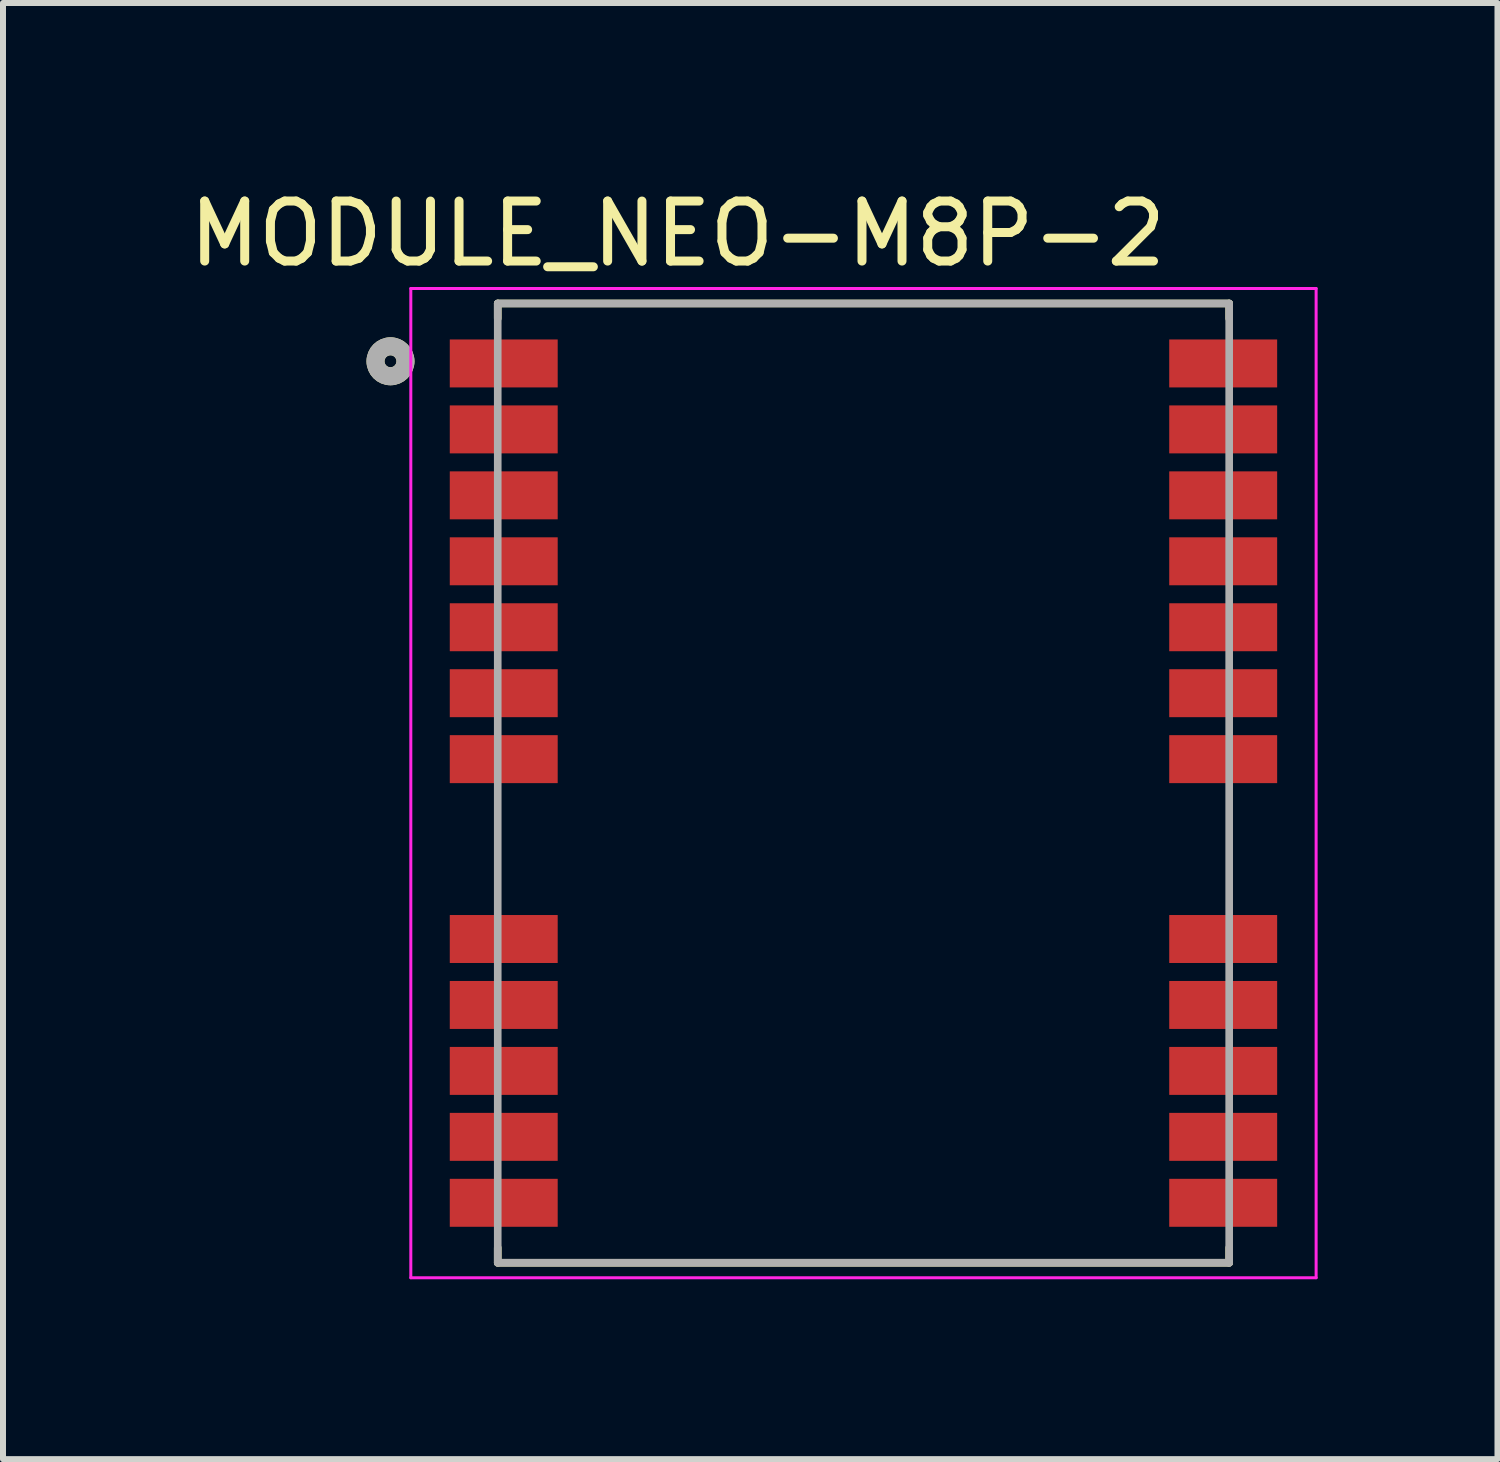
<source format=kicad_pcb>
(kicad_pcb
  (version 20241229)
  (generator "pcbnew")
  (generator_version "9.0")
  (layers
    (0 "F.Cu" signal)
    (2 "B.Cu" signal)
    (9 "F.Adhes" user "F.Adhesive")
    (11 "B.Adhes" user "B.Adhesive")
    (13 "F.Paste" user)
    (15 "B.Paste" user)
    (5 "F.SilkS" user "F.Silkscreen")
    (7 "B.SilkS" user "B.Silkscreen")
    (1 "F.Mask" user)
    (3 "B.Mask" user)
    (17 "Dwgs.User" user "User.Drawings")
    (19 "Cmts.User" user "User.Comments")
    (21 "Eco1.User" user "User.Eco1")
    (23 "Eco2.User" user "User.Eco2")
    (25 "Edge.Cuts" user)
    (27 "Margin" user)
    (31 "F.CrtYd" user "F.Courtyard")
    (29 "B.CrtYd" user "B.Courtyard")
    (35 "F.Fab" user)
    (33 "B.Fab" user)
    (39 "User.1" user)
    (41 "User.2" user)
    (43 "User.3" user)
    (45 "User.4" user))
  (footprint "MODULE_NEO-M8P-2"
    (layer "F.Cu")
    (at 11.352 10.012)
    (property "Reference" "MODULE_NEO-M8P-2" (at -3.099 -9.163 0) (layer "F.SilkS") (effects (font (size 1.001 1.001) (thickness 0.15))))
    (attr through_hole)
    (fp_poly (pts (xy -6.9 -7.4) (xy -5.1 -7.4) (xy -5.1 -6.6) (xy -6.9 -6.6)) (stroke (width 0.01) (type solid)) (fill yes) (layer "F.Mask"))
    (fp_poly (pts (xy -6.9 -6.3) (xy -5.1 -6.3) (xy -5.1 -5.5) (xy -6.9 -5.5)) (stroke (width 0.01) (type solid)) (fill yes) (layer "F.Mask"))
    (fp_poly (pts (xy -6.9 -5.2) (xy -5.1 -5.2) (xy -5.1 -4.4) (xy -6.9 -4.4)) (stroke (width 0.01) (type solid)) (fill yes) (layer "F.Mask"))
    (fp_poly (pts (xy -6.9 -4.1) (xy -5.1 -4.1) (xy -5.1 -3.3) (xy -6.9 -3.3)) (stroke (width 0.01) (type solid)) (fill yes) (layer "F.Mask"))
    (fp_poly (pts (xy -6.9 -3) (xy -5.1 -3) (xy -5.1 -2.2) (xy -6.9 -2.2)) (stroke (width 0.01) (type solid)) (fill yes) (layer "F.Mask"))
    (fp_poly (pts (xy -6.9 -1.9) (xy -5.1 -1.9) (xy -5.1 -1.1) (xy -6.9 -1.1)) (stroke (width 0.01) (type solid)) (fill yes) (layer "F.Mask"))
    (fp_poly (pts (xy -6.9 -0.8) (xy -5.1 -0.8) (xy -5.1 0) (xy -6.9 0)) (stroke (width 0.01) (type solid)) (fill yes) (layer "F.Mask"))
    (fp_poly (pts (xy -6.9 2.2) (xy -5.1 2.2) (xy -5.1 3) (xy -6.9 3)) (stroke (width 0.01) (type solid)) (fill yes) (layer "F.Mask"))
    (fp_poly (pts (xy -6.9 3.3) (xy -5.1 3.3) (xy -5.1 4.1) (xy -6.9 4.1)) (stroke (width 0.01) (type solid)) (fill yes) (layer "F.Mask"))
    (fp_poly (pts (xy -6.9 4.4) (xy -5.1 4.4) (xy -5.1 5.2) (xy -6.9 5.2)) (stroke (width 0.01) (type solid)) (fill yes) (layer "F.Mask"))
    (fp_poly (pts (xy -6.9 5.5) (xy -5.1 5.5) (xy -5.1 6.3) (xy -6.9 6.3)) (stroke (width 0.01) (type solid)) (fill yes) (layer "F.Mask"))
    (fp_poly (pts (xy -6.9 6.6) (xy -5.1 6.6) (xy -5.1 7.4) (xy -6.9 7.4)) (stroke (width 0.01) (type solid)) (fill yes) (layer "F.Mask"))
    (fp_poly (pts (xy 5.1 -7.4) (xy 6.9 -7.4) (xy 6.9 -6.6) (xy 5.1 -6.6)) (stroke (width 0.01) (type solid)) (fill yes) (layer "F.Mask"))
    (fp_poly (pts (xy 5.1 -6.3) (xy 6.9 -6.3) (xy 6.9 -5.5) (xy 5.1 -5.5)) (stroke (width 0.01) (type solid)) (fill yes) (layer "F.Mask"))
    (fp_poly (pts (xy 5.1 -5.2) (xy 6.9 -5.2) (xy 6.9 -4.4) (xy 5.1 -4.4)) (stroke (width 0.01) (type solid)) (fill yes) (layer "F.Mask"))
    (fp_poly (pts (xy 5.1 -4.1) (xy 6.9 -4.1) (xy 6.9 -3.3) (xy 5.1 -3.3)) (stroke (width 0.01) (type solid)) (fill yes) (layer "F.Mask"))
    (fp_poly (pts (xy 5.1 -3) (xy 6.9 -3) (xy 6.9 -2.2) (xy 5.1 -2.2)) (stroke (width 0.01) (type solid)) (fill yes) (layer "F.Mask"))
    (fp_poly (pts (xy 5.1 -1.9) (xy 6.9 -1.9) (xy 6.9 -1.1) (xy 5.1 -1.1)) (stroke (width 0.01) (type solid)) (fill yes) (layer "F.Mask"))
    (fp_poly (pts (xy 5.1 -0.8) (xy 6.9 -0.8) (xy 6.9 0) (xy 5.1 0)) (stroke (width 0.01) (type solid)) (fill yes) (layer "F.Mask"))
    (fp_poly (pts (xy 5.1 2.2) (xy 6.9 2.2) (xy 6.9 3) (xy 5.1 3)) (stroke (width 0.01) (type solid)) (fill yes) (layer "F.Mask"))
    (fp_poly (pts (xy 5.1 3.3) (xy 6.9 3.3) (xy 6.9 4.1) (xy 5.1 4.1)) (stroke (width 0.01) (type solid)) (fill yes) (layer "F.Mask"))
    (fp_poly (pts (xy 5.1 4.4) (xy 6.9 4.4) (xy 6.9 5.2) (xy 5.1 5.2)) (stroke (width 0.01) (type solid)) (fill yes) (layer "F.Mask"))
    (fp_poly (pts (xy 5.1 5.5) (xy 6.9 5.5) (xy 6.9 6.3) (xy 5.1 6.3)) (stroke (width 0.01) (type solid)) (fill yes) (layer "F.Mask"))
    (fp_poly (pts (xy 5.1 6.6) (xy 6.9 6.6) (xy 6.9 7.4) (xy 5.1 7.4)) (stroke (width 0.01) (type solid)) (fill yes) (layer "F.Mask"))
    (fp_line (start -6.1 -8) (end 6.1 -8) (stroke (width 0.127) (type solid)) (layer "F.SilkS"))
    (fp_line (start -6.1 -7.75) (end -6.1 -8) (stroke (width 0.127) (type solid)) (layer "F.SilkS"))
    (fp_line (start -6.1 7.75) (end -6.1 8) (stroke (width 0.127) (type solid)) (layer "F.SilkS"))
    (fp_line (start -6.1 8) (end 6.1 8) (stroke (width 0.127) (type solid)) (layer "F.SilkS"))
    (fp_line (start 6.1 -8) (end 6.1 -7.75) (stroke (width 0.127) (type solid)) (layer "F.SilkS"))
    (fp_line (start 6.1 8) (end 6.1 7.75) (stroke (width 0.127) (type solid)) (layer "F.SilkS"))
    (fp_circle (center -7.889 -7.036) (end -7.789 -7.036) (stroke (width 0.3) (type solid)) (fill no) (layer "F.SilkS"))
    (fp_poly (pts (xy -7.3 -7.4) (xy -6.1 -7.4) (xy -6.1 -6.6) (xy -7.3 -6.6)) (stroke (width 0.0001) (type solid)) (fill yes) (layer "F.Paste"))
    (fp_poly (pts (xy -7.3 -6.3) (xy -6.1 -6.3) (xy -6.1 -5.5) (xy -7.3 -5.5)) (stroke (width 0.0001) (type solid)) (fill yes) (layer "F.Paste"))
    (fp_poly (pts (xy -7.3 -5.2) (xy -6.1 -5.2) (xy -6.1 -4.4) (xy -7.3 -4.4)) (stroke (width 0.0001) (type solid)) (fill yes) (layer "F.Paste"))
    (fp_poly (pts (xy -7.3 -4.1) (xy -6.1 -4.1) (xy -6.1 -3.3) (xy -7.3 -3.3)) (stroke (width 0.0001) (type solid)) (fill yes) (layer "F.Paste"))
    (fp_poly (pts (xy -7.3 -3) (xy -6.1 -3) (xy -6.1 -2.2) (xy -7.3 -2.2)) (stroke (width 0.0001) (type solid)) (fill yes) (layer "F.Paste"))
    (fp_poly (pts (xy -7.3 -1.9) (xy -6.1 -1.9) (xy -6.1 -1.1) (xy -7.3 -1.1)) (stroke (width 0.0001) (type solid)) (fill yes) (layer "F.Paste"))
    (fp_poly (pts (xy -7.3 -0.8) (xy -6.1 -0.8) (xy -6.1 0) (xy -7.3 0)) (stroke (width 0.0001) (type solid)) (fill yes) (layer "F.Paste"))
    (fp_poly (pts (xy -7.3 2.2) (xy -6.1 2.2) (xy -6.1 3) (xy -7.3 3)) (stroke (width 0.0001) (type solid)) (fill yes) (layer "F.Paste"))
    (fp_poly (pts (xy -7.3 3.3) (xy -6.1 3.3) (xy -6.1 4.1) (xy -7.3 4.1)) (stroke (width 0.0001) (type solid)) (fill yes) (layer "F.Paste"))
    (fp_poly (pts (xy -7.3 4.4) (xy -6.1 4.4) (xy -6.1 5.2) (xy -7.3 5.2)) (stroke (width 0.0001) (type solid)) (fill yes) (layer "F.Paste"))
    (fp_poly (pts (xy -7.3 5.5) (xy -6.1 5.5) (xy -6.1 6.3) (xy -7.3 6.3)) (stroke (width 0.0001) (type solid)) (fill yes) (layer "F.Paste"))
    (fp_poly (pts (xy -7.3 6.6) (xy -6.1 6.6) (xy -6.1 7.4) (xy -7.3 7.4)) (stroke (width 0.0001) (type solid)) (fill yes) (layer "F.Paste"))
    (fp_poly (pts (xy -6.1 -7.3) (xy -5.2 -7.3) (xy -5.2 -6.7) (xy -6.1 -6.7)) (stroke (width 0.0001) (type solid)) (fill yes) (layer "F.Paste"))
    (fp_poly (pts (xy -6.1 -6.2) (xy -5.2 -6.2) (xy -5.2 -5.6) (xy -6.1 -5.6)) (stroke (width 0.0001) (type solid)) (fill yes) (layer "F.Paste"))
    (fp_poly (pts (xy -6.1 -5.1) (xy -5.2 -5.1) (xy -5.2 -4.5) (xy -6.1 -4.5)) (stroke (width 0.0001) (type solid)) (fill yes) (layer "F.Paste"))
    (fp_poly (pts (xy -6.1 -4) (xy -5.2 -4) (xy -5.2 -3.4) (xy -6.1 -3.4)) (stroke (width 0.0001) (type solid)) (fill yes) (layer "F.Paste"))
    (fp_poly (pts (xy -6.1 -2.9) (xy -5.2 -2.9) (xy -5.2 -2.3) (xy -6.1 -2.3)) (stroke (width 0.0001) (type solid)) (fill yes) (layer "F.Paste"))
    (fp_poly (pts (xy -6.1 -1.8) (xy -5.2 -1.8) (xy -5.2 -1.2) (xy -6.1 -1.2)) (stroke (width 0.0001) (type solid)) (fill yes) (layer "F.Paste"))
    (fp_poly (pts (xy -6.1 -0.7) (xy -5.2 -0.7) (xy -5.2 -0.1) (xy -6.1 -0.1)) (stroke (width 0.0001) (type solid)) (fill yes) (layer "F.Paste"))
    (fp_poly (pts (xy -6.1 2.3) (xy -5.2 2.3) (xy -5.2 2.9) (xy -6.1 2.9)) (stroke (width 0.0001) (type solid)) (fill yes) (layer "F.Paste"))
    (fp_poly (pts (xy -6.1 3.4) (xy -5.2 3.4) (xy -5.2 4) (xy -6.1 4)) (stroke (width 0.0001) (type solid)) (fill yes) (layer "F.Paste"))
    (fp_poly (pts (xy -6.1 4.5) (xy -5.2 4.5) (xy -5.2 5.1) (xy -6.1 5.1)) (stroke (width 0.0001) (type solid)) (fill yes) (layer "F.Paste"))
    (fp_poly (pts (xy -6.1 5.6) (xy -5.2 5.6) (xy -5.2 6.2) (xy -6.1 6.2)) (stroke (width 0.0001) (type solid)) (fill yes) (layer "F.Paste"))
    (fp_poly (pts (xy -6.1 6.7) (xy -5.2 6.7) (xy -5.2 7.3) (xy -6.1 7.3)) (stroke (width 0.0001) (type solid)) (fill yes) (layer "F.Paste"))
    (fp_poly (pts (xy 6.1 -7.3) (xy 5.2 -7.3) (xy 5.2 -6.7) (xy 6.1 -6.7)) (stroke (width 0.0001) (type solid)) (fill yes) (layer "F.Paste"))
    (fp_poly (pts (xy 6.1 -6.2) (xy 5.2 -6.2) (xy 5.2 -5.6) (xy 6.1 -5.6)) (stroke (width 0.0001) (type solid)) (fill yes) (layer "F.Paste"))
    (fp_poly (pts (xy 6.1 -5.1) (xy 5.2 -5.1) (xy 5.2 -4.5) (xy 6.1 -4.5)) (stroke (width 0.0001) (type solid)) (fill yes) (layer "F.Paste"))
    (fp_poly (pts (xy 6.1 -4) (xy 5.2 -4) (xy 5.2 -3.4) (xy 6.1 -3.4)) (stroke (width 0.0001) (type solid)) (fill yes) (layer "F.Paste"))
    (fp_poly (pts (xy 6.1 -2.9) (xy 5.2 -2.9) (xy 5.2 -2.3) (xy 6.1 -2.3)) (stroke (width 0.0001) (type solid)) (fill yes) (layer "F.Paste"))
    (fp_poly (pts (xy 6.1 -1.8) (xy 5.2 -1.8) (xy 5.2 -1.2) (xy 6.1 -1.2)) (stroke (width 0.0001) (type solid)) (fill yes) (layer "F.Paste"))
    (fp_poly (pts (xy 6.1 -0.7) (xy 5.2 -0.7) (xy 5.2 -0.1) (xy 6.1 -0.1)) (stroke (width 0.0001) (type solid)) (fill yes) (layer "F.Paste"))
    (fp_poly (pts (xy 6.1 2.3) (xy 5.2 2.3) (xy 5.2 2.9) (xy 6.1 2.9)) (stroke (width 0.0001) (type solid)) (fill yes) (layer "F.Paste"))
    (fp_poly (pts (xy 6.1 3.4) (xy 5.2 3.4) (xy 5.2 4) (xy 6.1 4)) (stroke (width 0.0001) (type solid)) (fill yes) (layer "F.Paste"))
    (fp_poly (pts (xy 6.1 4.5) (xy 5.2 4.5) (xy 5.2 5.1) (xy 6.1 5.1)) (stroke (width 0.0001) (type solid)) (fill yes) (layer "F.Paste"))
    (fp_poly (pts (xy 6.1 5.6) (xy 5.2 5.6) (xy 5.2 6.2) (xy 6.1 6.2)) (stroke (width 0.0001) (type solid)) (fill yes) (layer "F.Paste"))
    (fp_poly (pts (xy 6.1 6.7) (xy 5.2 6.7) (xy 5.2 7.3) (xy 6.1 7.3)) (stroke (width 0.0001) (type solid)) (fill yes) (layer "F.Paste"))
    (fp_poly (pts (xy 7.3 -7.4) (xy 6.1 -7.4) (xy 6.1 -6.6) (xy 7.3 -6.6)) (stroke (width 0.0001) (type solid)) (fill yes) (layer "F.Paste"))
    (fp_poly (pts (xy 7.3 -6.3) (xy 6.1 -6.3) (xy 6.1 -5.5) (xy 7.3 -5.5)) (stroke (width 0.0001) (type solid)) (fill yes) (layer "F.Paste"))
    (fp_poly (pts (xy 7.3 -5.2) (xy 6.1 -5.2) (xy 6.1 -4.4) (xy 7.3 -4.4)) (stroke (width 0.0001) (type solid)) (fill yes) (layer "F.Paste"))
    (fp_poly (pts (xy 7.3 -4.1) (xy 6.1 -4.1) (xy 6.1 -3.3) (xy 7.3 -3.3)) (stroke (width 0.0001) (type solid)) (fill yes) (layer "F.Paste"))
    (fp_poly (pts (xy 7.3 -3) (xy 6.1 -3) (xy 6.1 -2.2) (xy 7.3 -2.2)) (stroke (width 0.0001) (type solid)) (fill yes) (layer "F.Paste"))
    (fp_poly (pts (xy 7.3 -1.9) (xy 6.1 -1.9) (xy 6.1 -1.1) (xy 7.3 -1.1)) (stroke (width 0.0001) (type solid)) (fill yes) (layer "F.Paste"))
    (fp_poly (pts (xy 7.3 -0.8) (xy 6.1 -0.8) (xy 6.1 0) (xy 7.3 0)) (stroke (width 0.0001) (type solid)) (fill yes) (layer "F.Paste"))
    (fp_poly (pts (xy 7.3 2.2) (xy 6.1 2.2) (xy 6.1 3) (xy 7.3 3)) (stroke (width 0.0001) (type solid)) (fill yes) (layer "F.Paste"))
    (fp_poly (pts (xy 7.3 3.3) (xy 6.1 3.3) (xy 6.1 4.1) (xy 7.3 4.1)) (stroke (width 0.0001) (type solid)) (fill yes) (layer "F.Paste"))
    (fp_poly (pts (xy 7.3 4.4) (xy 6.1 4.4) (xy 6.1 5.2) (xy 7.3 5.2)) (stroke (width 0.0001) (type solid)) (fill yes) (layer "F.Paste"))
    (fp_poly (pts (xy 7.3 5.5) (xy 6.1 5.5) (xy 6.1 6.3) (xy 7.3 6.3)) (stroke (width 0.0001) (type solid)) (fill yes) (layer "F.Paste"))
    (fp_poly (pts (xy 7.3 6.6) (xy 6.1 6.6) (xy 6.1 7.4) (xy 7.3 7.4)) (stroke (width 0.0001) (type solid)) (fill yes) (layer "F.Paste"))
    (fp_line (start -7.55 -8.25) (end 7.55 -8.25) (stroke (width 0.05) (type solid)) (layer "F.CrtYd"))
    (fp_line (start -7.55 8.25) (end -7.55 -8.25) (stroke (width 0.05) (type solid)) (layer "F.CrtYd"))
    (fp_line (start 7.55 -8.25) (end 7.55 8.25) (stroke (width 0.05) (type solid)) (layer "F.CrtYd"))
    (fp_line (start 7.55 8.25) (end -7.55 8.25) (stroke (width 0.05) (type solid)) (layer "F.CrtYd"))
    (fp_line (start -6.1 -8) (end 6.1 -8) (stroke (width 0.127) (type solid)) (layer "F.Fab"))
    (fp_line (start -6.1 8) (end -6.1 -8) (stroke (width 0.127) (type solid)) (layer "F.Fab"))
    (fp_line (start 6.1 -8) (end 6.1 8) (stroke (width 0.127) (type solid)) (layer "F.Fab"))
    (fp_line (start 6.1 8) (end -6.1 8) (stroke (width 0.127) (type solid)) (layer "F.Fab"))
    (fp_circle (center -7.889 -7.036) (end -7.789 -7.036) (stroke (width 0.3) (type solid)) (fill no) (layer "F.Fab"))
    (pad "1" smd rect (at -6 -7) (size 1.8 0.8) (layers "F.Cu"))
    (pad "2" smd rect (at -6 -5.9) (size 1.8 0.8) (layers "F.Cu"))
    (pad "3" smd rect (at -6 -4.8) (size 1.8 0.8) (layers "F.Cu"))
    (pad "4" smd rect (at -6 -3.7) (size 1.8 0.8) (layers "F.Cu"))
    (pad "5" smd rect (at -6 -2.6) (size 1.8 0.8) (layers "F.Cu"))
    (pad "6" smd rect (at -6 -1.5) (size 1.8 0.8) (layers "F.Cu"))
    (pad "7" smd rect (at -6 -0.4) (size 1.8 0.8) (layers "F.Cu"))
    (pad "8" smd rect (at -6 2.6) (size 1.8 0.8) (layers "F.Cu"))
    (pad "9" smd rect (at -6 3.7) (size 1.8 0.8) (layers "F.Cu"))
    (pad "10" smd rect (at -6 4.8) (size 1.8 0.8) (layers "F.Cu"))
    (pad "11" smd rect (at -6 5.9) (size 1.8 0.8) (layers "F.Cu"))
    (pad "12" smd rect (at -6 7) (size 1.8 0.8) (layers "F.Cu"))
    (pad "13" smd rect (at 6 7) (size 1.8 0.8) (layers "F.Cu"))
    (pad "14" smd rect (at 6 5.9) (size 1.8 0.8) (layers "F.Cu"))
    (pad "15" smd rect (at 6 4.8) (size 1.8 0.8) (layers "F.Cu"))
    (pad "16" smd rect (at 6 3.7) (size 1.8 0.8) (layers "F.Cu"))
    (pad "17" smd rect (at 6 2.6) (size 1.8 0.8) (layers "F.Cu"))
    (pad "18" smd rect (at 6 -0.4) (size 1.8 0.8) (layers "F.Cu"))
    (pad "19" smd rect (at 6 -1.5) (size 1.8 0.8) (layers "F.Cu"))
    (pad "20" smd rect (at 6 -2.6) (size 1.8 0.8) (layers "F.Cu"))
    (pad "21" smd rect (at 6 -3.7) (size 1.8 0.8) (layers "F.Cu"))
    (pad "22" smd rect (at 6 -4.8) (size 1.8 0.8) (layers "F.Cu"))
    (pad "23" smd rect (at 6 -5.9) (size 1.8 0.8) (layers "F.Cu"))
    (pad "24" smd rect (at 6 -7) (size 1.8 0.8) (layers "F.Cu")))
  (gr_rect
    (start -3 -3)
    (end 21.927 21.287)
    (stroke (width 0.1) (type default))
    (fill no)
    (layer "Edge.Cuts")))
</source>
